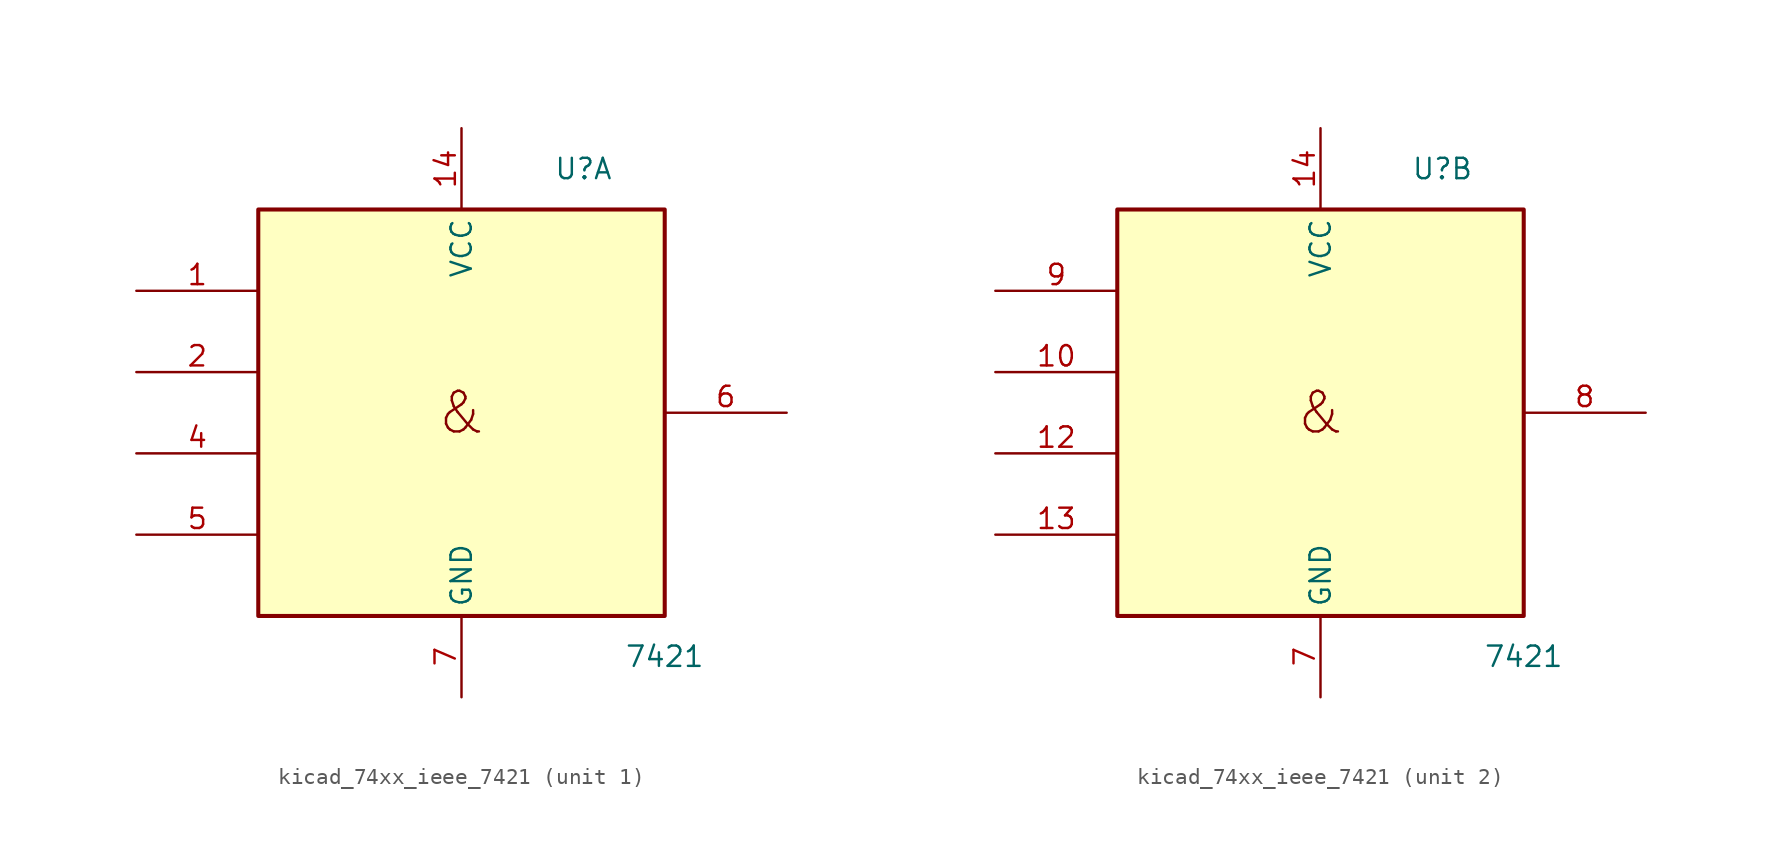
<source format=kicad_sym>
(kicad_symbol_lib
  (version 20220914)
  (generator kicad_symbol_editor)
  (symbol "kicad_74xx_ieee_7421"
    (property "Reference" "U"
      (at 7.62 15.24 0)
      (effects (font (size 1.27 1.27))))
    (property "Value" "7421"
      (at 12.7 -15.24 0)
      (effects (font (size 1.27 1.27))))
    (symbol "kicad_74xx_ieee_7421_0_0"
      (text "&" (at 0 0 0) (effects (font (size 2.54 2.54)))))
    (symbol "kicad_74xx_ieee_7421_0_1"
      (rectangle (start -12.7 12.7) (end 12.7 -12.7) (stroke (width 0.254) (type default)) (fill (type background)))
      (pin power_in line (at 0 17.78 270) (length 5.08) (name "VCC" (effects (font (size 1.27 1.27)))) (number "14" (effects (font (size 1.27 1.27)))))
      (pin power_in line (at 0 -17.78 90) (length 5.08) (name "GND" (effects (font (size 1.27 1.27)))) (number "7" (effects (font (size 1.27 1.27))))))
    (symbol "kicad_74xx_ieee_7421_1_1"
      (pin input line (at -20.32 7.62 0) (length 7.62) (name "~" (effects (font (size 1.27 1.27)))) (number "1" (effects (font (size 1.27 1.27)))))
      (pin input line (at -20.32 2.54 0) (length 7.62) (name "~" (effects (font (size 1.27 1.27)))) (number "2" (effects (font (size 1.27 1.27)))))
      (pin input line (at -20.32 -2.54 0) (length 7.62) (name "~" (effects (font (size 1.27 1.27)))) (number "4" (effects (font (size 1.27 1.27)))))
      (pin input line (at -20.32 -7.62 0) (length 7.62) (name "~" (effects (font (size 1.27 1.27)))) (number "5" (effects (font (size 1.27 1.27)))))
      (pin output line (at 20.32 0 180) (length 7.62) (name "~" (effects (font (size 1.27 1.27)))) (number "6" (effects (font (size 1.27 1.27))))))
    (symbol "kicad_74xx_ieee_7421_2_1"
      (pin input line (at -20.32 2.54 0) (length 7.62) (name "~" (effects (font (size 1.27 1.27)))) (number "10" (effects (font (size 1.27 1.27)))))
      (pin input line (at -20.32 -2.54 0) (length 7.62) (name "~" (effects (font (size 1.27 1.27)))) (number "12" (effects (font (size 1.27 1.27)))))
      (pin input line (at -20.32 -7.62 0) (length 7.62) (name "~" (effects (font (size 1.27 1.27)))) (number "13" (effects (font (size 1.27 1.27)))))
      (pin output line (at 20.32 0 180) (length 7.62) (name "~" (effects (font (size 1.27 1.27)))) (number "8" (effects (font (size 1.27 1.27)))))
      (pin input line (at -20.32 7.62 0) (length 7.62) (name "~" (effects (font (size 1.27 1.27)))) (number "9" (effects (font (size 1.27 1.27))))))))
</source>
